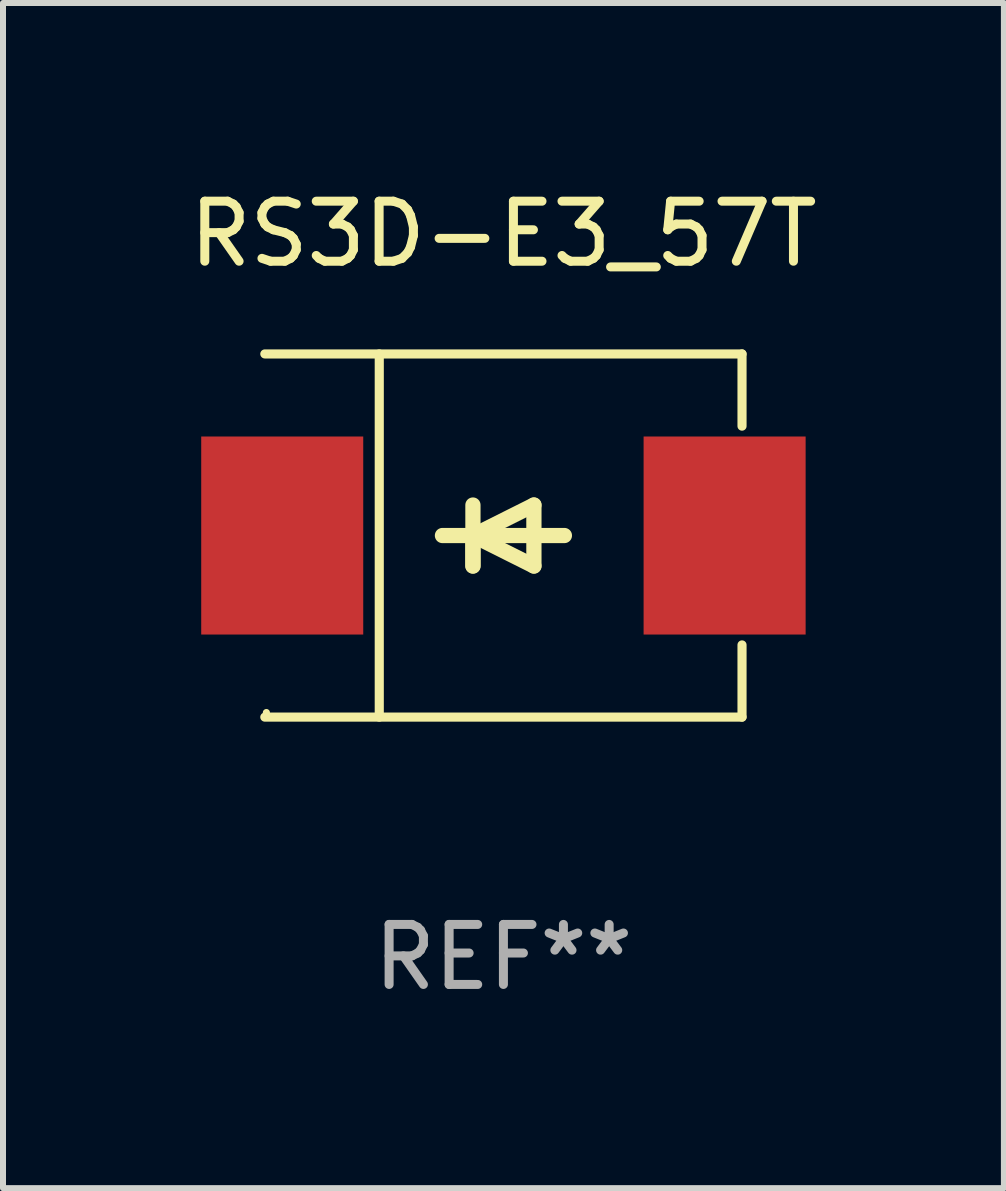
<source format=kicad_pcb>
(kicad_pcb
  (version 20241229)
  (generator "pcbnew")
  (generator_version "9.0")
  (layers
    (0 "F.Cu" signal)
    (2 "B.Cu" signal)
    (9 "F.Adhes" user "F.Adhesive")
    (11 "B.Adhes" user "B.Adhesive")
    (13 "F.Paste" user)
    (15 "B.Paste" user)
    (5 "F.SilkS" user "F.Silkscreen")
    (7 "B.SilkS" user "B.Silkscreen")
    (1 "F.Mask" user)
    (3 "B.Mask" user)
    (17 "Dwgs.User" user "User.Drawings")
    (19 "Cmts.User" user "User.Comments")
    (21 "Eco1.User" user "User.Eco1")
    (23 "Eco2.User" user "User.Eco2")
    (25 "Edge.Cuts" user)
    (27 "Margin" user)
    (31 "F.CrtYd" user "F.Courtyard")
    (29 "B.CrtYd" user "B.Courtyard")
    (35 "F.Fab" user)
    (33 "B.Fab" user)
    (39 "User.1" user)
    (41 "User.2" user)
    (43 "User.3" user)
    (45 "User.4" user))
  (footprint "RS3D-E3_57T"
    (layer "F.Cu")
    (at 5.339 5.874)
    (property "Reference" "RS3D-E3_57T" (at 0 -5.026 0) (layer "F.SilkS") (effects (font (size 1 1) (thickness 0.15))))
    (attr through_hole)
    (fp_line (start -3.976 -3.026) (end 3.976 -3.026) (stroke (width 0.152) (type solid)) (layer "F.SilkS"))
    (fp_line (start -3.976 3.026) (end 3.976 3.026) (stroke (width 0.152) (type solid)) (layer "F.SilkS"))
    (fp_line (start -2.069 -3.026) (end -2.069 3.026) (stroke (width 0.152) (type solid)) (layer "F.SilkS"))
    (fp_line (start -0.508 0) (end -0.508 0.508) (stroke (width 0.254) (type solid)) (layer "F.SilkS"))
    (fp_line (start -0.508 0) (end 0.508 0.508) (stroke (width 0.254) (type solid)) (layer "F.SilkS"))
    (fp_line (start -0.508 0.508) (end -0.508 -0.508) (stroke (width 0.254) (type solid)) (layer "F.SilkS"))
    (fp_line (start 0.508 -0.508) (end -0.508 0) (stroke (width 0.254) (type solid)) (layer "F.SilkS"))
    (fp_line (start 0.508 0.508) (end 0.508 -0.508) (stroke (width 0.254) (type solid)) (layer "F.SilkS"))
    (fp_line (start 1.016 0) (end -1.016 0) (stroke (width 0.254) (type solid)) (layer "F.SilkS"))
    (fp_line (start 3.976 -3.026) (end 3.976 -1.823) (stroke (width 0.152) (type solid)) (layer "F.SilkS"))
    (fp_line (start 3.976 3.026) (end 3.976 1.823) (stroke (width 0.152) (type solid)) (layer "F.SilkS"))
    (fp_circle (center -3.95 2.95) (end -3.92 2.95) (stroke (width 0.06) (type solid)) (fill no) (layer "F.SilkS"))
    (fp_text user "REF**" (at 0 7.026 0) (layer "F.Fab") (effects (font (size 1 1) (thickness 0.15))))
    (pad "1" smd rect (at -3.686 0) (size 2.7 3.3) (layers "F.Cu" "F.Mask" "F.Paste"))
    (pad "2" smd rect (at 3.686 0) (size 2.7 3.3) (layers "F.Cu" "F.Mask" "F.Paste")))
  (gr_rect
    (start -3 -3)
    (end 13.679 16.749)
    (stroke (width 0.1) (type default))
    (fill no)
    (layer "Edge.Cuts")))
</source>
